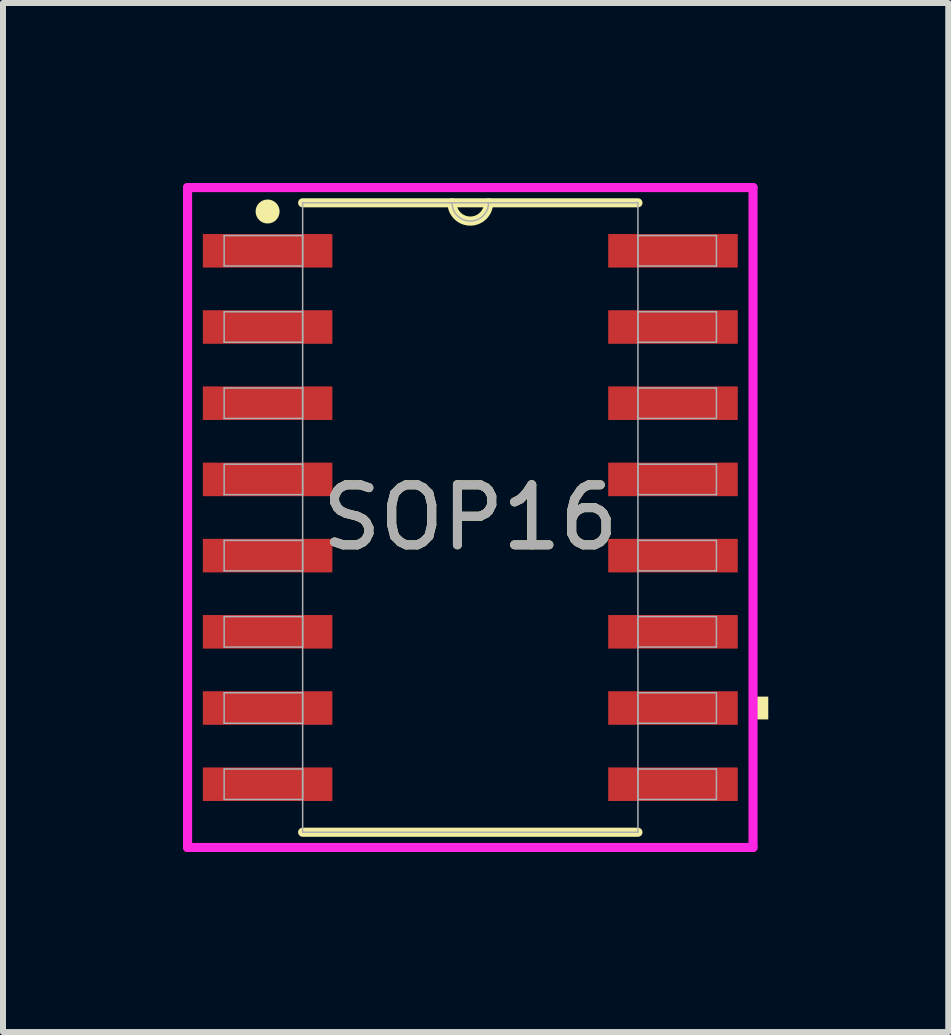
<source format=kicad_pcb>
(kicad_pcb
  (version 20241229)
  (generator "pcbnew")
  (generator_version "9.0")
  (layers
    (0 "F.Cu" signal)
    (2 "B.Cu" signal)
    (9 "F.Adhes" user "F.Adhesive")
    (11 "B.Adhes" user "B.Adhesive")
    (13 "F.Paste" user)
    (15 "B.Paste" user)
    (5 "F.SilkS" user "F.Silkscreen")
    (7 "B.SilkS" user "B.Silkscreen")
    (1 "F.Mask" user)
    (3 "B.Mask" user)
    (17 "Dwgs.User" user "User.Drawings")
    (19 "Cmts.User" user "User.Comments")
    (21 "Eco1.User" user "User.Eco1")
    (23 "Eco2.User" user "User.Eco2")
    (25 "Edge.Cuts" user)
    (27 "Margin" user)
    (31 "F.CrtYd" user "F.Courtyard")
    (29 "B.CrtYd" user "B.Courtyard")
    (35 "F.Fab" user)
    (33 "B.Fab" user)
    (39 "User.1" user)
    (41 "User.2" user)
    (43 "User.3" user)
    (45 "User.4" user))
  (footprint "SOP16"
    (layer "F.Cu")
    (at 4.788 5.575)
    (property "Reference" "SOP16" (at 0 0 0) (unlocked yes) (layer "F.SilkS") (effects (font (size 1 1) (thickness 0.15))))
    (attr smd)
    (fp_line (start -2.794 5.245) (end 2.794 5.245) (stroke (width 0.152) (type solid)) (layer "F.SilkS"))
    (fp_line (start 2.794 -5.245) (end -2.794 -5.245) (stroke (width 0.152) (type solid)) (layer "F.SilkS"))
    (fp_arc (start 0.3048 -5.2451) (mid 0 -4.9403) (end -0.3048 -5.2451) (stroke (width 0.1524) (type solid)) (layer "F.SilkS"))
    (fp_circle (center -3.378 -5.1) (end -3.278 -5.1) (stroke (width 0.2) (type solid)) (fill no) (layer "F.SilkS"))
    (fp_poly (pts (xy 4.966 2.985) (xy 4.966 3.365) (xy 4.712 3.365) (xy 4.712 2.985)) (stroke (width 0) (type solid)) (fill yes) (layer "F.SilkS"))
    (fp_line (start -4.712 -5.499) (end 4.712 -5.499) (stroke (width 0.152) (type solid)) (layer "F.CrtYd"))
    (fp_line (start -4.712 5.499) (end -4.712 -5.499) (stroke (width 0.152) (type solid)) (layer "F.CrtYd"))
    (fp_line (start 4.712 -5.499) (end 4.712 5.499) (stroke (width 0.152) (type solid)) (layer "F.CrtYd"))
    (fp_line (start 4.712 5.499) (end -4.712 5.499) (stroke (width 0.152) (type solid)) (layer "F.CrtYd"))
    (fp_line (start -4.102 -4.699) (end -4.102 -4.191) (stroke (width 0.025) (type solid)) (layer "F.Fab"))
    (fp_line (start -4.102 -4.191) (end -2.794 -4.191) (stroke (width 0.025) (type solid)) (layer "F.Fab"))
    (fp_line (start -4.102 -3.429) (end -4.102 -2.921) (stroke (width 0.025) (type solid)) (layer "F.Fab"))
    (fp_line (start -4.102 -2.921) (end -2.794 -2.921) (stroke (width 0.025) (type solid)) (layer "F.Fab"))
    (fp_line (start -4.102 -2.159) (end -4.102 -1.651) (stroke (width 0.025) (type solid)) (layer "F.Fab"))
    (fp_line (start -4.102 -1.651) (end -2.794 -1.651) (stroke (width 0.025) (type solid)) (layer "F.Fab"))
    (fp_line (start -4.102 -0.889) (end -4.102 -0.381) (stroke (width 0.025) (type solid)) (layer "F.Fab"))
    (fp_line (start -4.102 -0.381) (end -2.794 -0.381) (stroke (width 0.025) (type solid)) (layer "F.Fab"))
    (fp_line (start -4.102 0.381) (end -4.102 0.889) (stroke (width 0.025) (type solid)) (layer "F.Fab"))
    (fp_line (start -4.102 0.889) (end -2.794 0.889) (stroke (width 0.025) (type solid)) (layer "F.Fab"))
    (fp_line (start -4.102 1.651) (end -4.102 2.159) (stroke (width 0.025) (type solid)) (layer "F.Fab"))
    (fp_line (start -4.102 2.159) (end -2.794 2.159) (stroke (width 0.025) (type solid)) (layer "F.Fab"))
    (fp_line (start -4.102 2.921) (end -4.102 3.429) (stroke (width 0.025) (type solid)) (layer "F.Fab"))
    (fp_line (start -4.102 3.429) (end -2.794 3.429) (stroke (width 0.025) (type solid)) (layer "F.Fab"))
    (fp_line (start -4.102 4.191) (end -4.102 4.699) (stroke (width 0.025) (type solid)) (layer "F.Fab"))
    (fp_line (start -4.102 4.699) (end -2.794 4.699) (stroke (width 0.025) (type solid)) (layer "F.Fab"))
    (fp_line (start -2.794 -5.245) (end -2.794 5.245) (stroke (width 0.025) (type solid)) (layer "F.Fab"))
    (fp_line (start -2.794 -4.699) (end -4.102 -4.699) (stroke (width 0.025) (type solid)) (layer "F.Fab"))
    (fp_line (start -2.794 -4.191) (end -2.794 -4.699) (stroke (width 0.025) (type solid)) (layer "F.Fab"))
    (fp_line (start -2.794 -3.429) (end -4.102 -3.429) (stroke (width 0.025) (type solid)) (layer "F.Fab"))
    (fp_line (start -2.794 -2.921) (end -2.794 -3.429) (stroke (width 0.025) (type solid)) (layer "F.Fab"))
    (fp_line (start -2.794 -2.159) (end -4.102 -2.159) (stroke (width 0.025) (type solid)) (layer "F.Fab"))
    (fp_line (start -2.794 -1.651) (end -2.794 -2.159) (stroke (width 0.025) (type solid)) (layer "F.Fab"))
    (fp_line (start -2.794 -0.889) (end -4.102 -0.889) (stroke (width 0.025) (type solid)) (layer "F.Fab"))
    (fp_line (start -2.794 -0.381) (end -2.794 -0.889) (stroke (width 0.025) (type solid)) (layer "F.Fab"))
    (fp_line (start -2.794 0.381) (end -4.102 0.381) (stroke (width 0.025) (type solid)) (layer "F.Fab"))
    (fp_line (start -2.794 0.889) (end -2.794 0.381) (stroke (width 0.025) (type solid)) (layer "F.Fab"))
    (fp_line (start -2.794 1.651) (end -4.102 1.651) (stroke (width 0.025) (type solid)) (layer "F.Fab"))
    (fp_line (start -2.794 2.159) (end -2.794 1.651) (stroke (width 0.025) (type solid)) (layer "F.Fab"))
    (fp_line (start -2.794 2.921) (end -4.102 2.921) (stroke (width 0.025) (type solid)) (layer "F.Fab"))
    (fp_line (start -2.794 3.429) (end -2.794 2.921) (stroke (width 0.025) (type solid)) (layer "F.Fab"))
    (fp_line (start -2.794 4.191) (end -4.102 4.191) (stroke (width 0.025) (type solid)) (layer "F.Fab"))
    (fp_line (start -2.794 4.699) (end -2.794 4.191) (stroke (width 0.025) (type solid)) (layer "F.Fab"))
    (fp_line (start -2.794 5.245) (end 2.794 5.245) (stroke (width 0.025) (type solid)) (layer "F.Fab"))
    (fp_line (start 2.794 -5.245) (end -2.794 -5.245) (stroke (width 0.025) (type solid)) (layer "F.Fab"))
    (fp_line (start 2.794 -4.699) (end 2.794 -4.191) (stroke (width 0.025) (type solid)) (layer "F.Fab"))
    (fp_line (start 2.794 -4.191) (end 4.102 -4.191) (stroke (width 0.025) (type solid)) (layer "F.Fab"))
    (fp_line (start 2.794 -3.429) (end 2.794 -2.921) (stroke (width 0.025) (type solid)) (layer "F.Fab"))
    (fp_line (start 2.794 -2.921) (end 4.102 -2.921) (stroke (width 0.025) (type solid)) (layer "F.Fab"))
    (fp_line (start 2.794 -2.159) (end 2.794 -1.651) (stroke (width 0.025) (type solid)) (layer "F.Fab"))
    (fp_line (start 2.794 -1.651) (end 4.102 -1.651) (stroke (width 0.025) (type solid)) (layer "F.Fab"))
    (fp_line (start 2.794 -0.889) (end 2.794 -0.381) (stroke (width 0.025) (type solid)) (layer "F.Fab"))
    (fp_line (start 2.794 -0.381) (end 4.102 -0.381) (stroke (width 0.025) (type solid)) (layer "F.Fab"))
    (fp_line (start 2.794 0.381) (end 2.794 0.889) (stroke (width 0.025) (type solid)) (layer "F.Fab"))
    (fp_line (start 2.794 0.889) (end 4.102 0.889) (stroke (width 0.025) (type solid)) (layer "F.Fab"))
    (fp_line (start 2.794 1.651) (end 2.794 2.159) (stroke (width 0.025) (type solid)) (layer "F.Fab"))
    (fp_line (start 2.794 2.159) (end 4.102 2.159) (stroke (width 0.025) (type solid)) (layer "F.Fab"))
    (fp_line (start 2.794 2.921) (end 2.794 3.429) (stroke (width 0.025) (type solid)) (layer "F.Fab"))
    (fp_line (start 2.794 3.429) (end 4.102 3.429) (stroke (width 0.025) (type solid)) (layer "F.Fab"))
    (fp_line (start 2.794 4.191) (end 2.794 4.699) (stroke (width 0.025) (type solid)) (layer "F.Fab"))
    (fp_line (start 2.794 4.699) (end 4.102 4.699) (stroke (width 0.025) (type solid)) (layer "F.Fab"))
    (fp_line (start 2.794 5.245) (end 2.794 -5.245) (stroke (width 0.025) (type solid)) (layer "F.Fab"))
    (fp_line (start 4.102 -4.699) (end 2.794 -4.699) (stroke (width 0.025) (type solid)) (layer "F.Fab"))
    (fp_line (start 4.102 -4.191) (end 4.102 -4.699) (stroke (width 0.025) (type solid)) (layer "F.Fab"))
    (fp_line (start 4.102 -3.429) (end 2.794 -3.429) (stroke (width 0.025) (type solid)) (layer "F.Fab"))
    (fp_line (start 4.102 -2.921) (end 4.102 -3.429) (stroke (width 0.025) (type solid)) (layer "F.Fab"))
    (fp_line (start 4.102 -2.159) (end 2.794 -2.159) (stroke (width 0.025) (type solid)) (layer "F.Fab"))
    (fp_line (start 4.102 -1.651) (end 4.102 -2.159) (stroke (width 0.025) (type solid)) (layer "F.Fab"))
    (fp_line (start 4.102 -0.889) (end 2.794 -0.889) (stroke (width 0.025) (type solid)) (layer "F.Fab"))
    (fp_line (start 4.102 -0.381) (end 4.102 -0.889) (stroke (width 0.025) (type solid)) (layer "F.Fab"))
    (fp_line (start 4.102 0.381) (end 2.794 0.381) (stroke (width 0.025) (type solid)) (layer "F.Fab"))
    (fp_line (start 4.102 0.889) (end 4.102 0.381) (stroke (width 0.025) (type solid)) (layer "F.Fab"))
    (fp_line (start 4.102 1.651) (end 2.794 1.651) (stroke (width 0.025) (type solid)) (layer "F.Fab"))
    (fp_line (start 4.102 2.159) (end 4.102 1.651) (stroke (width 0.025) (type solid)) (layer "F.Fab"))
    (fp_line (start 4.102 2.921) (end 2.794 2.921) (stroke (width 0.025) (type solid)) (layer "F.Fab"))
    (fp_line (start 4.102 3.429) (end 4.102 2.921) (stroke (width 0.025) (type solid)) (layer "F.Fab"))
    (fp_line (start 4.102 4.191) (end 2.794 4.191) (stroke (width 0.025) (type solid)) (layer "F.Fab"))
    (fp_line (start 4.102 4.699) (end 4.102 4.191) (stroke (width 0.025) (type solid)) (layer "F.Fab"))
    (fp_arc (start 0.3048 -5.2451) (mid 0 -4.9403) (end -0.3048 -5.2451) (stroke (width 0.0254) (type solid)) (layer "F.Fab"))
    (fp_text user "${REFERENCE}" (at 0 0 0) (unlocked yes) (layer "F.Fab") (effects (font (size 1 1) (thickness 0.15))))
    (pad "1" smd rect (at -3.378 -4.445) (size 2.159 0.559) (layers "F.Cu" "F.Mask" "F.Paste"))
    (pad "2" smd rect (at -3.378 -3.175) (size 2.159 0.559) (layers "F.Cu" "F.Mask" "F.Paste"))
    (pad "3" smd rect (at -3.378 -1.905) (size 2.159 0.559) (layers "F.Cu" "F.Mask" "F.Paste"))
    (pad "4" smd rect (at -3.378 -0.635) (size 2.159 0.559) (layers "F.Cu" "F.Mask" "F.Paste"))
    (pad "5" smd rect (at -3.378 0.635) (size 2.159 0.559) (layers "F.Cu" "F.Mask" "F.Paste"))
    (pad "6" smd rect (at -3.378 1.905) (size 2.159 0.559) (layers "F.Cu" "F.Mask" "F.Paste"))
    (pad "7" smd rect (at -3.378 3.175) (size 2.159 0.559) (layers "F.Cu" "F.Mask" "F.Paste"))
    (pad "8" smd rect (at -3.378 4.445) (size 2.159 0.559) (layers "F.Cu" "F.Mask" "F.Paste"))
    (pad "9" smd rect (at 3.378 4.445) (size 2.159 0.559) (layers "F.Cu" "F.Mask" "F.Paste"))
    (pad "10" smd rect (at 3.378 3.175) (size 2.159 0.559) (layers "F.Cu" "F.Mask" "F.Paste"))
    (pad "11" smd rect (at 3.378 1.905) (size 2.159 0.559) (layers "F.Cu" "F.Mask" "F.Paste"))
    (pad "12" smd rect (at 3.378 0.635) (size 2.159 0.559) (layers "F.Cu" "F.Mask" "F.Paste"))
    (pad "13" smd rect (at 3.378 -0.635) (size 2.159 0.559) (layers "F.Cu" "F.Mask" "F.Paste"))
    (pad "14" smd rect (at 3.378 -1.905) (size 2.159 0.559) (layers "F.Cu" "F.Mask" "F.Paste"))
    (pad "15" smd rect (at 3.378 -3.175) (size 2.159 0.559) (layers "F.Cu" "F.Mask" "F.Paste"))
    (pad "16" smd rect (at 3.378 -4.445) (size 2.159 0.559) (layers "F.Cu" "F.Mask" "F.Paste")))
  (gr_rect
    (start -3 -3)
    (end 12.754 14.151)
    (stroke (width 0.1) (type default))
    (fill no)
    (layer "Edge.Cuts")))
</source>
